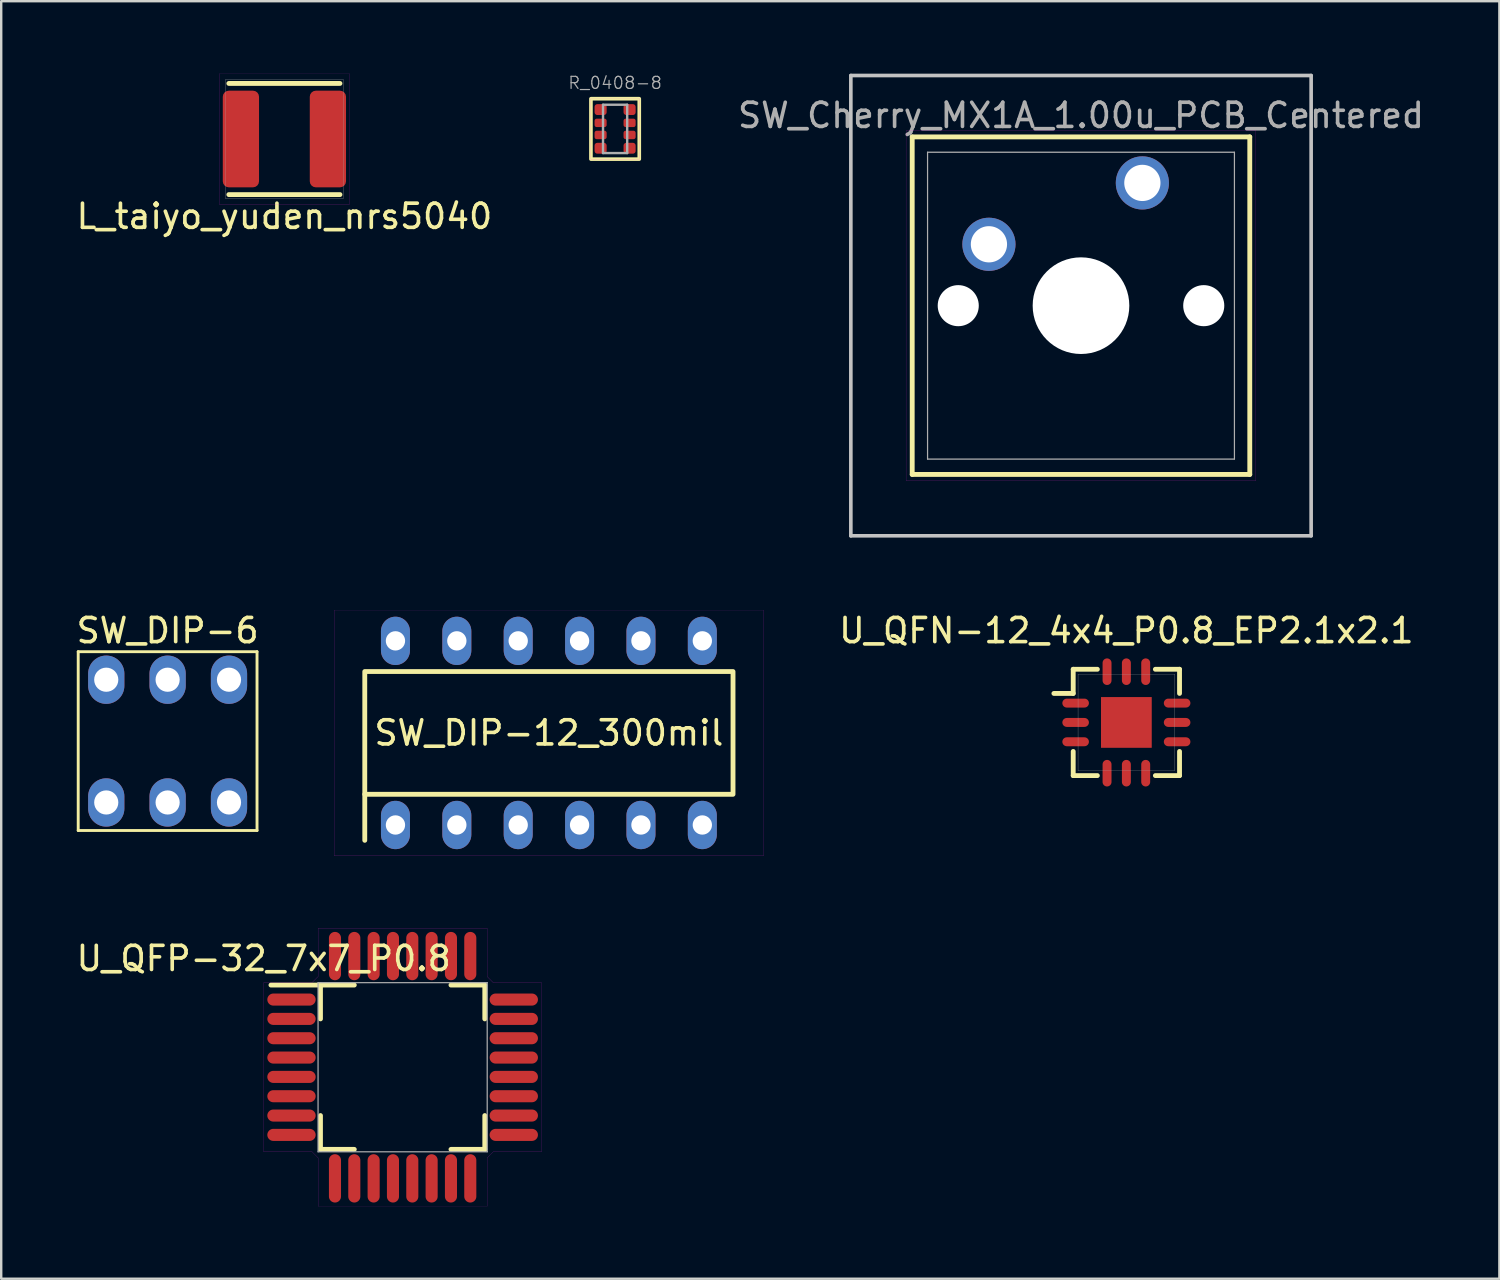
<source format=kicad_pcb>
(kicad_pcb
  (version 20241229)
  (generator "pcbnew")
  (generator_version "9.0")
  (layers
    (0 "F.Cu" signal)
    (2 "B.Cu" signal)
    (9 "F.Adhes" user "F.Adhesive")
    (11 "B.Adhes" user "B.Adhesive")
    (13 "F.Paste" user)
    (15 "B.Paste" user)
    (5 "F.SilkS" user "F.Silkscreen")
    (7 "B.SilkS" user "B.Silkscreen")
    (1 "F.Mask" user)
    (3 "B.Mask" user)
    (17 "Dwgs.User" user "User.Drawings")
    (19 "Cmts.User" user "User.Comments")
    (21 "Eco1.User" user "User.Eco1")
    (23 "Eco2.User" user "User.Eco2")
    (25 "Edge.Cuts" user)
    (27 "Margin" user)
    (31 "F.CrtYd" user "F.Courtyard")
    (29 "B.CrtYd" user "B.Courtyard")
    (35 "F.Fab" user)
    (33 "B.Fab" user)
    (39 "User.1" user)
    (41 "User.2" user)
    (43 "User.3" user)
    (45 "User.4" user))
  (footprint "U_QFN-12_4x4_P0.8_EP2.1x2.1"
    (layer "F.Cu")
    (at 43.565 26.848)
    (property "Reference" "U_QFN-12_4x4_P0.8_EP2.1x2.1" (at 0 -3.8 0) (layer "F.SilkS") (effects (font (size 1 1) (thickness 0.15))))
    (attr smd)
    (fp_line (start -3 -1.2) (end -2.2 -1.2) (stroke (width 0.2) (type solid)) (layer "F.SilkS"))
    (fp_line (start -2.2 -2.2) (end -2.2 -1.2) (stroke (width 0.2) (type solid)) (layer "F.SilkS"))
    (fp_line (start -2.2 1.2) (end -2.2 2.2) (stroke (width 0.2) (type solid)) (layer "F.SilkS"))
    (fp_line (start -2.2 2.2) (end -1.2 2.2) (stroke (width 0.2) (type solid)) (layer "F.SilkS"))
    (fp_line (start -1.2 -2.2) (end -2.2 -2.2) (stroke (width 0.2) (type solid)) (layer "F.SilkS"))
    (fp_line (start 1.2 2.2) (end 2.2 2.2) (stroke (width 0.2) (type solid)) (layer "F.SilkS"))
    (fp_line (start 2.2 -2.2) (end 1.2 -2.2) (stroke (width 0.2) (type solid)) (layer "F.SilkS"))
    (fp_line (start 2.2 -1.2) (end 2.2 -2.2) (stroke (width 0.2) (type solid)) (layer "F.SilkS"))
    (fp_line (start 2.2 2.2) (end 2.2 1.2) (stroke (width 0.2) (type solid)) (layer "F.SilkS"))
    (fp_line (start -2 -2) (end -2 2) (stroke (width 0.01) (type solid)) (layer "F.Fab"))
    (fp_line (start -2 2) (end 2 2) (stroke (width 0.01) (type solid)) (layer "F.Fab"))
    (fp_line (start 2 -2) (end -2 -2) (stroke (width 0.01) (type solid)) (layer "F.Fab"))
    (fp_line (start 2 2) (end 2 -2) (stroke (width 0.01) (type solid)) (layer "F.Fab"))
    (pad "1" smd oval (at -2.1 -0.8 90) (size 0.37 1.1) (layers "F.Cu" "F.Mask" "F.Paste"))
    (pad "2" smd oval (at -2.1 0 90) (size 0.37 1.1) (layers "F.Cu" "F.Mask" "F.Paste"))
    (pad "3" smd oval (at -2.1 0.8 90) (size 0.37 1.1) (layers "F.Cu" "F.Mask" "F.Paste"))
    (pad "4" smd oval (at -0.8 2.1) (size 0.37 1.1) (layers "F.Cu" "F.Mask" "F.Paste"))
    (pad "5" smd oval (at 0 2.1) (size 0.37 1.1) (layers "F.Cu" "F.Mask" "F.Paste"))
    (pad "6" smd oval (at 0.8 2.1) (size 0.37 1.1) (layers "F.Cu" "F.Mask" "F.Paste"))
    (pad "7" smd oval (at 2.1 0.8 90) (size 0.37 1.1) (layers "F.Cu" "F.Mask" "F.Paste"))
    (pad "8" smd oval (at 2.1 0 90) (size 0.37 1.1) (layers "F.Cu" "F.Mask" "F.Paste"))
    (pad "9" smd oval (at 2.1 -0.8 90) (size 0.37 1.1) (layers "F.Cu" "F.Mask" "F.Paste"))
    (pad "10" smd oval (at 0.8 -2.1) (size 0.37 1.1) (layers "F.Cu" "F.Mask" "F.Paste"))
    (pad "11" smd oval (at 0 -2.1) (size 0.37 1.1) (layers "F.Cu" "F.Mask" "F.Paste"))
    (pad "12" smd oval (at -0.8 -2.1) (size 0.37 1.1) (layers "F.Cu" "F.Mask" "F.Paste"))
    (pad "EP" smd rect (at 0 0) (size 2.1 2.1) (layers "F.Cu" "F.Mask" "F.Paste")))
  (footprint "SW_Cherry_MX1A_1.00u_PCB_Centered"
    (layer "F.Cu")
    (at 41.687 9.6)
    (property "Reference" "SW_Cherry_MX1A_1.00u_PCB_Centered" (at 0 -7.874 0) (layer "F.Fab") (effects (font (size 1 1) (thickness 0.15))))
    (attr through_hole)
    (fp_line (start -6.985 -6.985) (end 6.985 -6.985) (stroke (width 0.2) (type solid)) (layer "F.SilkS"))
    (fp_line (start -6.985 6.985) (end -6.985 -6.985) (stroke (width 0.2) (type solid)) (layer "F.SilkS"))
    (fp_line (start 6.985 -6.985) (end 6.985 6.985) (stroke (width 0.2) (type solid)) (layer "F.SilkS"))
    (fp_line (start 6.985 6.985) (end -6.985 6.985) (stroke (width 0.2) (type solid)) (layer "F.SilkS"))
    (fp_line (start -9.525 -9.525) (end 9.525 -9.525) (stroke (width 0.15) (type solid)) (layer "Dwgs.User"))
    (fp_line (start -9.525 9.525) (end -9.525 -9.525) (stroke (width 0.15) (type solid)) (layer "Dwgs.User"))
    (fp_line (start 9.525 -9.525) (end 9.525 9.525) (stroke (width 0.15) (type solid)) (layer "Dwgs.User"))
    (fp_line (start 9.525 9.525) (end -9.525 9.525) (stroke (width 0.15) (type solid)) (layer "Dwgs.User"))
    (fp_line (start -7.24 -7.24) (end 7.24 -7.24) (stroke (width 0.005) (type solid)) (layer "F.CrtYd"))
    (fp_line (start -7.24 7.24) (end -7.24 -7.24) (stroke (width 0.005) (type solid)) (layer "F.CrtYd"))
    (fp_line (start 7.24 -7.24) (end 7.24 7.24) (stroke (width 0.005) (type solid)) (layer "F.CrtYd"))
    (fp_line (start 7.24 7.24) (end -7.24 7.24) (stroke (width 0.005) (type solid)) (layer "F.CrtYd"))
    (fp_line (start -6.35 -6.35) (end 6.35 -6.35) (stroke (width 0.05) (type solid)) (layer "F.Fab"))
    (fp_line (start -6.35 6.35) (end -6.35 -6.35) (stroke (width 0.05) (type solid)) (layer "F.Fab"))
    (fp_line (start 6.35 -6.35) (end 6.35 6.35) (stroke (width 0.05) (type solid)) (layer "F.Fab"))
    (fp_line (start 6.35 6.35) (end -6.35 6.35) (stroke (width 0.05) (type solid)) (layer "F.Fab"))
    (pad "" np_thru_hole circle (at -5.08 0) (size 1.7 1.7) (drill 1.7) (layers "*.Cu" "*.Mask"))
    (pad "" np_thru_hole circle (at 0 0) (size 4 4) (drill 4) (layers "*.Cu" "*.Mask"))
    (pad "" np_thru_hole circle (at 5.08 0) (size 1.7 1.7) (drill 1.7) (layers "*.Cu" "*.Mask"))
    (pad "1" thru_hole circle (at 2.54 -5.08) (size 2.2 2.2) (drill 1.5) (layers "*.Cu" "*.Mask"))
    (pad "2" thru_hole circle (at -3.81 -2.54) (size 2.2 2.2) (drill 1.5) (layers "*.Cu" "*.Mask")))
  (footprint "U_QFP-32_7x7_P0.8"
    (layer "F.Cu")
    (at 13.613 41.117)
    (property "Reference" "U_QFP-32_7x7_P0.8" (at -5.75 -4.5 0) (layer "F.SilkS") (effects (font (size 1 1) (thickness 0.15))))
    (attr through_hole)
    (fp_line (start -3.4 -3.4) (end -5.45 -3.4) (stroke (width 0.2) (type solid)) (layer "F.SilkS"))
    (fp_line (start -3.4 -3.4) (end -3.4 -2) (stroke (width 0.2) (type solid)) (layer "F.SilkS"))
    (fp_line (start -3.4 2) (end -3.4 3.4) (stroke (width 0.2) (type solid)) (layer "F.SilkS"))
    (fp_line (start -3.4 3.4) (end -2 3.4) (stroke (width 0.2) (type solid)) (layer "F.SilkS"))
    (fp_line (start -2 -3.4) (end -3.4 -3.4) (stroke (width 0.2) (type solid)) (layer "F.SilkS"))
    (fp_line (start 2 -3.4) (end 3.4 -3.4) (stroke (width 0.2) (type solid)) (layer "F.SilkS"))
    (fp_line (start 2 3.4) (end 3.4 3.4) (stroke (width 0.2) (type solid)) (layer "F.SilkS"))
    (fp_line (start 3.4 -2) (end 3.4 -3.4) (stroke (width 0.2) (type solid)) (layer "F.SilkS"))
    (fp_line (start 3.4 3.4) (end 3.4 2) (stroke (width 0.2) (type solid)) (layer "F.SilkS"))
    (fp_line (start -5.75 -3.5) (end -3.75 -3.5) (stroke (width 0.005) (type solid)) (layer "F.CrtYd"))
    (fp_line (start -5.75 3.5) (end -5.75 -3.5) (stroke (width 0.005) (type solid)) (layer "F.CrtYd"))
    (fp_line (start -5.75 3.5) (end -3.75 3.5) (stroke (width 0.005) (type solid)) (layer "F.CrtYd"))
    (fp_line (start -3.75 3.5) (end -3.5 3.75) (stroke (width 0.005) (type solid)) (layer "F.CrtYd"))
    (fp_line (start -3.5 -5.75) (end -3.5 -3.75) (stroke (width 0.005) (type solid)) (layer "F.CrtYd"))
    (fp_line (start -3.5 -5.75) (end 3.5 -5.75) (stroke (width 0.005) (type solid)) (layer "F.CrtYd"))
    (fp_line (start -3.5 -3.75) (end -3.75 -3.5) (stroke (width 0.005) (type solid)) (layer "F.CrtYd"))
    (fp_line (start -3.5 5.75) (end -3.5 3.75) (stroke (width 0.005) (type solid)) (layer "F.CrtYd"))
    (fp_line (start 3.5 -5.75) (end 3.5 -3.75) (stroke (width 0.005) (type solid)) (layer "F.CrtYd"))
    (fp_line (start 3.5 3.75) (end 3.75 3.5) (stroke (width 0.005) (type solid)) (layer "F.CrtYd"))
    (fp_line (start 3.5 5.75) (end -3.5 5.75) (stroke (width 0.005) (type solid)) (layer "F.CrtYd"))
    (fp_line (start 3.5 5.75) (end 3.5 3.75) (stroke (width 0.005) (type solid)) (layer "F.CrtYd"))
    (fp_line (start 3.75 -3.5) (end 3.5 -3.75) (stroke (width 0.005) (type solid)) (layer "F.CrtYd"))
    (fp_line (start 5.75 -3.5) (end 3.75 -3.5) (stroke (width 0.005) (type solid)) (layer "F.CrtYd"))
    (fp_line (start 5.75 -3.5) (end 5.75 3.5) (stroke (width 0.005) (type solid)) (layer "F.CrtYd"))
    (fp_line (start 5.75 3.5) (end 3.75 3.5) (stroke (width 0.005) (type solid)) (layer "F.CrtYd"))
    (fp_line (start -3.5 -3.5) (end -3.5 3.5) (stroke (width 0.05) (type solid)) (layer "F.Fab"))
    (fp_line (start -3.5 3.5) (end 3.5 3.5) (stroke (width 0.05) (type solid)) (layer "F.Fab"))
    (fp_line (start 3.5 -3.5) (end -3.5 -3.5) (stroke (width 0.05) (type solid)) (layer "F.Fab"))
    (fp_line (start 3.5 3.5) (end 3.5 -3.5) (stroke (width 0.05) (type solid)) (layer "F.Fab"))
    (pad "1" smd oval (at -4.6 -2.8 90) (size 0.5 2) (layers "F.Cu" "F.Mask" "F.Paste"))
    (pad "2" smd oval (at -4.6 -2 90) (size 0.5 2) (layers "F.Cu" "F.Mask" "F.Paste"))
    (pad "3" smd oval (at -4.6 -1.2 90) (size 0.5 2) (layers "F.Cu" "F.Mask" "F.Paste"))
    (pad "4" smd oval (at -4.6 -0.4 90) (size 0.5 2) (layers "F.Cu" "F.Mask" "F.Paste"))
    (pad "5" smd oval (at -4.6 0.4 90) (size 0.5 2) (layers "F.Cu" "F.Mask" "F.Paste"))
    (pad "6" smd oval (at -4.6 1.2 90) (size 0.5 2) (layers "F.Cu" "F.Mask" "F.Paste"))
    (pad "7" smd oval (at -4.6 2 90) (size 0.5 2) (layers "F.Cu" "F.Mask" "F.Paste"))
    (pad "8" smd oval (at -4.6 2.8 90) (size 0.5 2) (layers "F.Cu" "F.Mask" "F.Paste"))
    (pad "9" smd oval (at -2.8 4.6 180) (size 0.5 2) (layers "F.Cu" "F.Mask" "F.Paste"))
    (pad "10" smd oval (at -2 4.6 180) (size 0.5 2) (layers "F.Cu" "F.Mask" "F.Paste"))
    (pad "11" smd oval (at -1.2 4.6 180) (size 0.5 2) (layers "F.Cu" "F.Mask" "F.Paste"))
    (pad "12" smd oval (at -0.4 4.6 180) (size 0.5 2) (layers "F.Cu" "F.Mask" "F.Paste"))
    (pad "13" smd oval (at 0.4 4.6 180) (size 0.5 2) (layers "F.Cu" "F.Mask" "F.Paste"))
    (pad "14" smd oval (at 1.2 4.6 180) (size 0.5 2) (layers "F.Cu" "F.Mask" "F.Paste"))
    (pad "15" smd oval (at 2 4.6 180) (size 0.5 2) (layers "F.Cu" "F.Mask" "F.Paste"))
    (pad "16" smd oval (at 2.8 4.6 180) (size 0.5 2) (layers "F.Cu" "F.Mask" "F.Paste"))
    (pad "17" smd oval (at 4.6 2.8 90) (size 0.5 2) (layers "F.Cu" "F.Mask" "F.Paste"))
    (pad "18" smd oval (at 4.6 2 90) (size 0.5 2) (layers "F.Cu" "F.Mask" "F.Paste"))
    (pad "19" smd oval (at 4.6 1.2 90) (size 0.5 2) (layers "F.Cu" "F.Mask" "F.Paste"))
    (pad "20" smd oval (at 4.6 0.4 90) (size 0.5 2) (layers "F.Cu" "F.Mask" "F.Paste"))
    (pad "21" smd oval (at 4.6 -0.4 90) (size 0.5 2) (layers "F.Cu" "F.Mask" "F.Paste"))
    (pad "22" smd oval (at 4.6 -1.2 90) (size 0.5 2) (layers "F.Cu" "F.Mask" "F.Paste"))
    (pad "23" smd oval (at 4.6 -2 90) (size 0.5 2) (layers "F.Cu" "F.Mask" "F.Paste"))
    (pad "24" smd oval (at 4.6 -2.8 90) (size 0.5 2) (layers "F.Cu" "F.Mask" "F.Paste"))
    (pad "25" smd oval (at 2.8 -4.6 180) (size 0.5 2) (layers "F.Cu" "F.Mask" "F.Paste"))
    (pad "26" smd oval (at 2 -4.6 180) (size 0.5 2) (layers "F.Cu" "F.Mask" "F.Paste"))
    (pad "27" smd oval (at 1.2 -4.6 180) (size 0.5 2) (layers "F.Cu" "F.Mask" "F.Paste"))
    (pad "28" smd oval (at 0.4 -4.6 180) (size 0.5 2) (layers "F.Cu" "F.Mask" "F.Paste"))
    (pad "29" smd oval (at -0.4 -4.6 180) (size 0.5 2) (layers "F.Cu" "F.Mask" "F.Paste"))
    (pad "30" smd oval (at -1.2 -4.6 180) (size 0.5 2) (layers "F.Cu" "F.Mask" "F.Paste"))
    (pad "31" smd oval (at -2 -4.6 180) (size 0.5 2) (layers "F.Cu" "F.Mask" "F.Paste"))
    (pad "32" smd oval (at -2.8 -4.6 180) (size 0.5 2) (layers "F.Cu" "F.Mask" "F.Paste")))
  (footprint "R_0408-8"
    (layer "F.Cu")
    (at 22.406 2.285)
    (property "Reference" "R_0408-8" (at 0 -1.905 0) (layer "F.Fab") (effects (font (size 0.5 0.5) (thickness 0.05))))
    (attr smd)
    (fp_rect (start -1 -1.25) (end 1 1.25) (stroke (width 0.15) (type solid)) (fill no) (layer "F.SilkS"))
    (fp_line (start -1 -1.25) (end 1 -1.25) (stroke (width 0.005) (type solid)) (layer "F.CrtYd"))
    (fp_line (start -1 1.25) (end -1 -1.25) (stroke (width 0.005) (type solid)) (layer "F.CrtYd"))
    (fp_line (start 1 -1.25) (end 1 1.25) (stroke (width 0.005) (type solid)) (layer "F.CrtYd"))
    (fp_line (start 1 1.25) (end -1 1.25) (stroke (width 0.005) (type solid)) (layer "F.CrtYd"))
    (fp_line (start -0.5 -1) (end 0.5 -1) (stroke (width 0.1) (type solid)) (layer "F.Fab"))
    (fp_line (start -0.5 1) (end -0.5 -1) (stroke (width 0.1) (type solid)) (layer "F.Fab"))
    (fp_line (start 0.5 -1) (end 0.5 1) (stroke (width 0.1) (type solid)) (layer "F.Fab"))
    (fp_line (start 0.5 1) (end -0.5 1) (stroke (width 0.1) (type solid)) (layer "F.Fab"))
    (pad "1" smd roundrect (at -0.5 -0.75) (size 0.5 0.45) (drill (offset -0.1 -0.05)) (layers "F.Cu" "F.Mask" "F.Paste") (roundrect_rratio 0.25))
    (pad "2" smd roundrect (at -0.5 -0.25) (size 0.5 0.35) (drill (offset -0.1 0)) (layers "F.Cu" "F.Mask" "F.Paste") (roundrect_rratio 0.25))
    (pad "3" smd roundrect (at -0.5 0.25) (size 0.5 0.35) (drill (offset -0.1 0)) (layers "F.Cu" "F.Mask" "F.Paste") (roundrect_rratio 0.25))
    (pad "4" smd roundrect (at -0.5 0.75) (size 0.5 0.45) (drill (offset -0.1 0.05)) (layers "F.Cu" "F.Mask" "F.Paste") (roundrect_rratio 0.25))
    (pad "5" smd roundrect (at 0.5 0.75) (size 0.5 0.45) (drill (offset 0.1 0.05)) (layers "F.Cu" "F.Mask" "F.Paste") (roundrect_rratio 0.25))
    (pad "6" smd roundrect (at 0.5 0.25) (size 0.5 0.35) (drill (offset 0.1 0)) (layers "F.Cu" "F.Mask" "F.Paste") (roundrect_rratio 0.25))
    (pad "7" smd roundrect (at 0.5 -0.25) (size 0.5 0.35) (drill (offset 0.1 0)) (layers "F.Cu" "F.Mask" "F.Paste") (roundrect_rratio 0.25))
    (pad "8" smd roundrect (at 0.5 -0.75) (size 0.5 0.45) (drill (offset 0.1 -0.05)) (layers "F.Cu" "F.Mask" "F.Paste") (roundrect_rratio 0.25)))
  (footprint "SW_DIP-12_300mil"
    (layer "F.Cu")
    (at 19.666 27.282)
    (property "Reference" "SW_DIP-12_300mil" (at 0 0 180) (layer "F.SilkS") (effects (font (size 1 1) (thickness 0.15))))
    (fp_line (start -7.62 4.445) (end -7.62 2.54) (stroke (width 0.2) (type solid)) (layer "F.SilkS"))
    (fp_rect (start -7.62 -2.54) (end 7.62 2.54) (stroke (width 0.2) (type solid)) (fill no) (layer "F.SilkS"))
    (fp_line (start -8.89 -5.08) (end 8.89 -5.08) (stroke (width 0.005) (type solid)) (layer "F.CrtYd"))
    (fp_line (start -8.89 5.08) (end -8.89 -5.08) (stroke (width 0.005) (type solid)) (layer "F.CrtYd"))
    (fp_line (start 8.89 -5.08) (end 8.89 5.08) (stroke (width 0.005) (type solid)) (layer "F.CrtYd"))
    (fp_line (start 8.89 5.08) (end -8.89 5.08) (stroke (width 0.005) (type solid)) (layer "F.CrtYd"))
    (pad "1" thru_hole oval (at -6.35 3.81) (size 1.2 2) (drill 0.8) (layers "*.Cu" "*.Mask"))
    (pad "2" thru_hole oval (at -3.81 3.81) (size 1.2 2) (drill 0.8) (layers "*.Cu" "*.Mask"))
    (pad "3" thru_hole oval (at -1.27 3.81) (size 1.2 2) (drill 0.8) (layers "*.Cu" "*.Mask"))
    (pad "4" thru_hole oval (at 1.27 3.81) (size 1.2 2) (drill 0.8) (layers "*.Cu" "*.Mask"))
    (pad "5" thru_hole oval (at 3.81 3.81) (size 1.2 2) (drill 0.8) (layers "*.Cu" "*.Mask"))
    (pad "6" thru_hole oval (at 6.35 3.81) (size 1.2 2) (drill 0.8) (layers "*.Cu" "*.Mask"))
    (pad "7" thru_hole oval (at 6.35 -3.81) (size 1.2 2) (drill 0.8) (layers "*.Cu" "*.Mask"))
    (pad "8" thru_hole oval (at 3.81 -3.81) (size 1.2 2) (drill 0.8) (layers "*.Cu" "*.Mask"))
    (pad "9" thru_hole oval (at 1.27 -3.81) (size 1.2 2) (drill 0.8) (layers "*.Cu" "*.Mask"))
    (pad "10" thru_hole oval (at -1.27 -3.81) (size 1.2 2) (drill 0.8) (layers "*.Cu" "*.Mask"))
    (pad "11" thru_hole oval (at -3.81 -3.81) (size 1.2 2) (drill 0.8) (layers "*.Cu" "*.Mask"))
    (pad "12" thru_hole oval (at -6.35 -3.81) (size 1.2 2) (drill 0.8) (layers "*.Cu" "*.Mask")))
  (footprint "L_taiyo_yuden_nrs5040"
    (layer "F.Cu")
    (at 8.72 2.703)
    (property "Reference" "L_taiyo_yuden_nrs5040" (at 0 3.2 180) (layer "F.SilkS") (effects (font (size 1 1) (thickness 0.15))))
    (attr through_hole)
    (fp_line (start -2.3 -2.3) (end 2.3 -2.3) (stroke (width 0.2) (type solid)) (layer "F.SilkS"))
    (fp_line (start -2.3 2.3) (end 2.3 2.3) (stroke (width 0.2) (type solid)) (layer "F.SilkS"))
    (fp_rect (start -2.7 -2.7) (end 2.7 2.7) (stroke (width 0.005) (type solid)) (fill no) (layer "F.CrtYd"))
    (fp_line (start -2.45 -2.45) (end -2.45 2.45) (stroke (width 0.01) (type solid)) (layer "F.Fab"))
    (fp_line (start -2.45 -2.45) (end 2.45 -2.45) (stroke (width 0.01) (type solid)) (layer "F.Fab"))
    (fp_line (start -2.45 2.45) (end 2.45 2.45) (stroke (width 0.01) (type solid)) (layer "F.Fab"))
    (fp_line (start 2.45 -2.45) (end 2.45 2.45) (stroke (width 0.01) (type solid)) (layer "F.Fab"))
    (pad "1" smd roundrect (at -1.8 0) (size 1.5 4) (layers "F.Cu" "F.Mask" "F.Paste") (roundrect_rratio 0.167))
    (pad "2" smd roundrect (at 1.8 0) (size 1.5 4) (layers "F.Cu" "F.Mask" "F.Paste") (roundrect_rratio 0.167)))
  (footprint "SW_DIP-6"
    (layer "F.Cu")
    (at 3.887 27.62)
    (property "Reference" "SW_DIP-6" (at 0 -4.572 180) (layer "F.SilkS") (effects (font (size 1 1) (thickness 0.15))))
    (fp_line (start -3.7 -3.7) (end -3.7 3.7) (stroke (width 0.12) (type solid)) (layer "F.SilkS"))
    (fp_line (start -3.7 3.7) (end 3.7 3.7) (stroke (width 0.12) (type solid)) (layer "F.SilkS"))
    (fp_line (start 3.7 -3.7) (end -3.7 -3.7) (stroke (width 0.12) (type solid)) (layer "F.SilkS"))
    (fp_line (start 3.7 3.7) (end 3.7 -3.7) (stroke (width 0.12) (type solid)) (layer "F.SilkS"))
    (fp_line (start -3.556 -3.556) (end 3.556 -3.556) (stroke (width 0.001) (type solid)) (layer "F.CrtYd"))
    (fp_line (start -3.556 3.556) (end -3.556 -3.556) (stroke (width 0.001) (type solid)) (layer "F.CrtYd"))
    (fp_line (start 3.556 -3.556) (end 3.556 3.556) (stroke (width 0.001) (type solid)) (layer "F.CrtYd"))
    (fp_line (start 3.556 3.556) (end -3.556 3.556) (stroke (width 0.001) (type solid)) (layer "F.CrtYd"))
    (pad "1" thru_hole oval (at -2.54 2.54) (size 1.5 2) (drill 1) (layers "*.Cu" "*.Mask"))
    (pad "2" thru_hole oval (at 0 2.54) (size 1.5 2) (drill 1) (layers "*.Cu" "*.Mask"))
    (pad "3" thru_hole oval (at 2.54 2.54) (size 1.5 2) (drill 1) (layers "*.Cu" "*.Mask"))
    (pad "4" thru_hole oval (at 2.54 -2.54) (size 1.5 2) (drill 1) (layers "*.Cu" "*.Mask"))
    (pad "5" thru_hole oval (at 0 -2.54) (size 1.5 2) (drill 1) (layers "*.Cu" "*.Mask"))
    (pad "6" thru_hole oval (at -2.54 -2.54) (size 1.5 2) (drill 1) (layers "*.Cu" "*.Mask")))
  (gr_rect
    (start -3 -3)
    (end 59.002 49.87)
    (stroke (width 0.1) (type default))
    (fill no)
    (layer "Edge.Cuts")))
</source>
